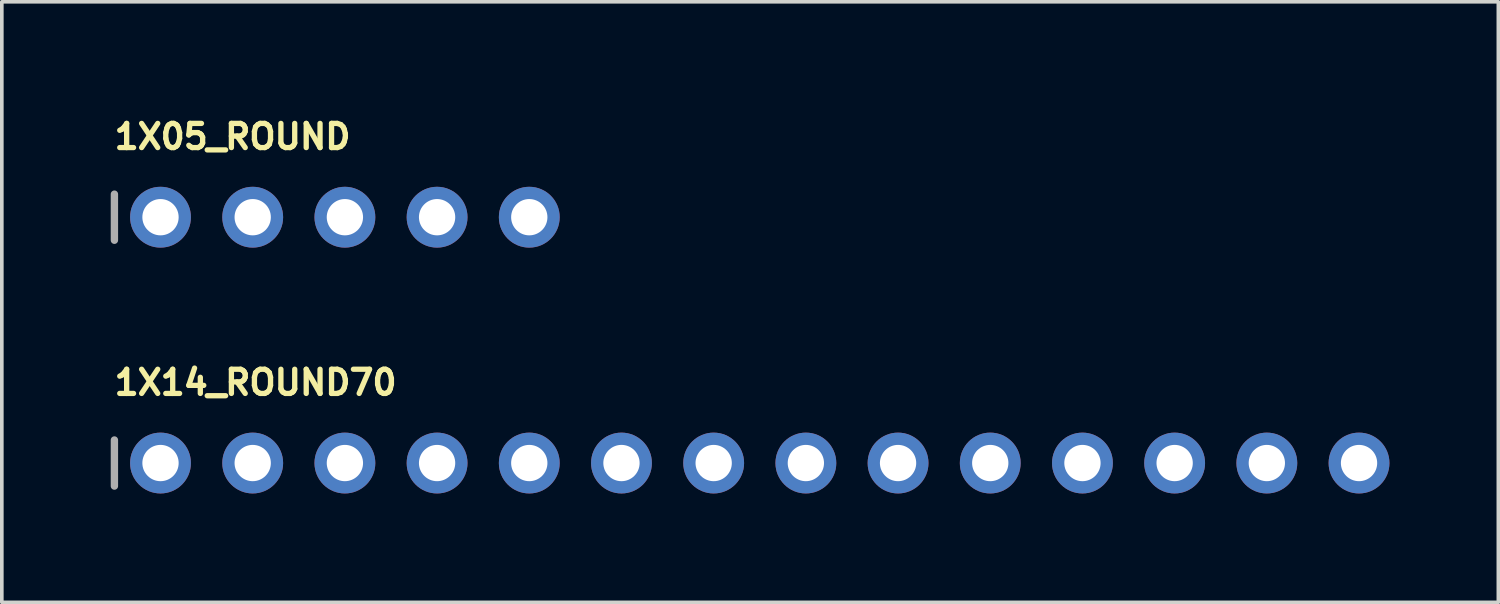
<source format=kicad_pcb>
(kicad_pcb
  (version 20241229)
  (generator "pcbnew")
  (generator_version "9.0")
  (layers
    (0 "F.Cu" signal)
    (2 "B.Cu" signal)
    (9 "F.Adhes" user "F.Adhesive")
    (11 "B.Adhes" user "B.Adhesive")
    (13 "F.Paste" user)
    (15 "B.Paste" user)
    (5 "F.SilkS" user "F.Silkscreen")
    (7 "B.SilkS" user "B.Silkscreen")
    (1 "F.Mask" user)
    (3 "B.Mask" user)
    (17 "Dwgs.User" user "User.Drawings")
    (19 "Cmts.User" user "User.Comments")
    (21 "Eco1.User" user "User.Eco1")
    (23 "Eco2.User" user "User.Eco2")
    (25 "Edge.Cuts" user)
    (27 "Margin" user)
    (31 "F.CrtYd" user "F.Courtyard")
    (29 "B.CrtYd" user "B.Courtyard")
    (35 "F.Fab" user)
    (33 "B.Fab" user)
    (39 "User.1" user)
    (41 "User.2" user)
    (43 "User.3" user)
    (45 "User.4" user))
  (footprint "1X14_ROUND70"
    (layer "F.Cu")
    (at 17.882 9.707)
    (property "Reference" "1X14_ROUND70" (at -17.856 -1.829 0) (unlocked yes) (layer "F.SilkS") (effects (font (size 0.666 0.666) (thickness 0.146)) (justify left bottom)))
    (fp_line (start -17.78 -0.635) (end -17.78 0.635) (stroke (width 0.203) (type solid)) (layer "F.Fab"))
    (fp_poly (pts (xy -16.764 0.254) (xy -16.256 0.254) (xy -16.256 -0.254) (xy -16.764 -0.254)) (stroke (width 0.1) (type default)) (fill no) (layer "F.Fab"))
    (fp_poly (pts (xy -14.224 0.254) (xy -13.716 0.254) (xy -13.716 -0.254) (xy -14.224 -0.254)) (stroke (width 0.1) (type default)) (fill no) (layer "F.Fab"))
    (fp_poly (pts (xy -11.684 0.254) (xy -11.176 0.254) (xy -11.176 -0.254) (xy -11.684 -0.254)) (stroke (width 0.1) (type default)) (fill no) (layer "F.Fab"))
    (fp_poly (pts (xy -9.144 0.254) (xy -8.636 0.254) (xy -8.636 -0.254) (xy -9.144 -0.254)) (stroke (width 0.1) (type default)) (fill no) (layer "F.Fab"))
    (fp_poly (pts (xy -6.604 0.254) (xy -6.096 0.254) (xy -6.096 -0.254) (xy -6.604 -0.254)) (stroke (width 0.1) (type default)) (fill no) (layer "F.Fab"))
    (fp_poly (pts (xy -4.064 0.254) (xy -3.556 0.254) (xy -3.556 -0.254) (xy -4.064 -0.254)) (stroke (width 0.1) (type default)) (fill no) (layer "F.Fab"))
    (fp_poly (pts (xy -1.524 0.254) (xy -1.016 0.254) (xy -1.016 -0.254) (xy -1.524 -0.254)) (stroke (width 0.1) (type default)) (fill no) (layer "F.Fab"))
    (fp_poly (pts (xy 1.016 0.254) (xy 1.524 0.254) (xy 1.524 -0.254) (xy 1.016 -0.254)) (stroke (width 0.1) (type default)) (fill no) (layer "F.Fab"))
    (fp_poly (pts (xy 3.556 0.254) (xy 4.064 0.254) (xy 4.064 -0.254) (xy 3.556 -0.254)) (stroke (width 0.1) (type default)) (fill no) (layer "F.Fab"))
    (fp_poly (pts (xy 6.096 0.254) (xy 6.604 0.254) (xy 6.604 -0.254) (xy 6.096 -0.254)) (stroke (width 0.1) (type default)) (fill no) (layer "F.Fab"))
    (fp_poly (pts (xy 8.636 0.254) (xy 9.144 0.254) (xy 9.144 -0.254) (xy 8.636 -0.254)) (stroke (width 0.1) (type default)) (fill no) (layer "F.Fab"))
    (fp_poly (pts (xy 11.176 0.254) (xy 11.684 0.254) (xy 11.684 -0.254) (xy 11.176 -0.254)) (stroke (width 0.1) (type default)) (fill no) (layer "F.Fab"))
    (fp_poly (pts (xy 13.716 0.254) (xy 14.224 0.254) (xy 14.224 -0.254) (xy 13.716 -0.254)) (stroke (width 0.1) (type default)) (fill no) (layer "F.Fab"))
    (fp_poly (pts (xy 16.256 0.254) (xy 16.764 0.254) (xy 16.764 -0.254) (xy 16.256 -0.254)) (stroke (width 0.1) (type default)) (fill no) (layer "F.Fab"))
    (pad "1" thru_hole circle (at -16.51 0 90) (size 1.676 1.676) (drill 1) (layers "*.Cu" "*.Mask"))
    (pad "2" thru_hole circle (at -13.97 0 90) (size 1.676 1.676) (drill 1) (layers "*.Cu" "*.Mask"))
    (pad "3" thru_hole circle (at -11.43 0 90) (size 1.676 1.676) (drill 1) (layers "*.Cu" "*.Mask"))
    (pad "4" thru_hole circle (at -8.89 0 90) (size 1.676 1.676) (drill 1) (layers "*.Cu" "*.Mask"))
    (pad "5" thru_hole circle (at -6.35 0 90) (size 1.676 1.676) (drill 1) (layers "*.Cu" "*.Mask"))
    (pad "6" thru_hole circle (at -3.81 0 90) (size 1.676 1.676) (drill 1) (layers "*.Cu" "*.Mask"))
    (pad "7" thru_hole circle (at -1.27 0 90) (size 1.676 1.676) (drill 1) (layers "*.Cu" "*.Mask"))
    (pad "8" thru_hole circle (at 1.27 0 90) (size 1.676 1.676) (drill 1) (layers "*.Cu" "*.Mask"))
    (pad "9" thru_hole circle (at 3.81 0 90) (size 1.676 1.676) (drill 1) (layers "*.Cu" "*.Mask"))
    (pad "10" thru_hole circle (at 6.35 0 90) (size 1.676 1.676) (drill 1) (layers "*.Cu" "*.Mask"))
    (pad "11" thru_hole circle (at 8.89 0 90) (size 1.676 1.676) (drill 1) (layers "*.Cu" "*.Mask"))
    (pad "12" thru_hole circle (at 11.43 0 90) (size 1.676 1.676) (drill 1) (layers "*.Cu" "*.Mask"))
    (pad "13" thru_hole circle (at 13.97 0 90) (size 1.676 1.676) (drill 1) (layers "*.Cu" "*.Mask"))
    (pad "14" thru_hole circle (at 16.51 0 90) (size 1.676 1.676) (drill 1) (layers "*.Cu" "*.Mask")))
  (footprint "1X05_ROUND"
    (layer "F.Cu")
    (at 6.452 2.934)
    (property "Reference" "1X05_ROUND" (at -6.426 -1.829 0) (unlocked yes) (layer "F.SilkS") (effects (font (size 0.666 0.666) (thickness 0.146)) (justify left bottom)))
    (fp_line (start -6.35 -0.635) (end -6.35 0.635) (stroke (width 0.203) (type solid)) (layer "F.Fab"))
    (fp_poly (pts (xy -5.334 0.254) (xy -4.826 0.254) (xy -4.826 -0.254) (xy -5.334 -0.254)) (stroke (width 0.1) (type default)) (fill no) (layer "F.Fab"))
    (fp_poly (pts (xy -2.794 0.254) (xy -2.286 0.254) (xy -2.286 -0.254) (xy -2.794 -0.254)) (stroke (width 0.1) (type default)) (fill no) (layer "F.Fab"))
    (fp_poly (pts (xy -0.254 0.254) (xy 0.254 0.254) (xy 0.254 -0.254) (xy -0.254 -0.254)) (stroke (width 0.1) (type default)) (fill no) (layer "F.Fab"))
    (fp_poly (pts (xy 2.286 0.254) (xy 2.794 0.254) (xy 2.794 -0.254) (xy 2.286 -0.254)) (stroke (width 0.1) (type default)) (fill no) (layer "F.Fab"))
    (fp_poly (pts (xy 4.826 0.254) (xy 5.334 0.254) (xy 5.334 -0.254) (xy 4.826 -0.254)) (stroke (width 0.1) (type default)) (fill no) (layer "F.Fab"))
    (pad "1" thru_hole circle (at -5.08 0 90) (size 1.676 1.676) (drill 1) (layers "*.Cu" "*.Mask"))
    (pad "2" thru_hole circle (at -2.54 0 90) (size 1.676 1.676) (drill 1) (layers "*.Cu" "*.Mask"))
    (pad "3" thru_hole circle (at 0 0 90) (size 1.676 1.676) (drill 1) (layers "*.Cu" "*.Mask"))
    (pad "4" thru_hole circle (at 2.54 0 90) (size 1.676 1.676) (drill 1) (layers "*.Cu" "*.Mask"))
    (pad "5" thru_hole circle (at 5.08 0 90) (size 1.676 1.676) (drill 1) (layers "*.Cu" "*.Mask")))
  (gr_rect
    (start -3 -3)
    (end 38.23 13.545)
    (stroke (width 0.1) (type default))
    (fill no)
    (layer "Edge.Cuts")))
</source>
